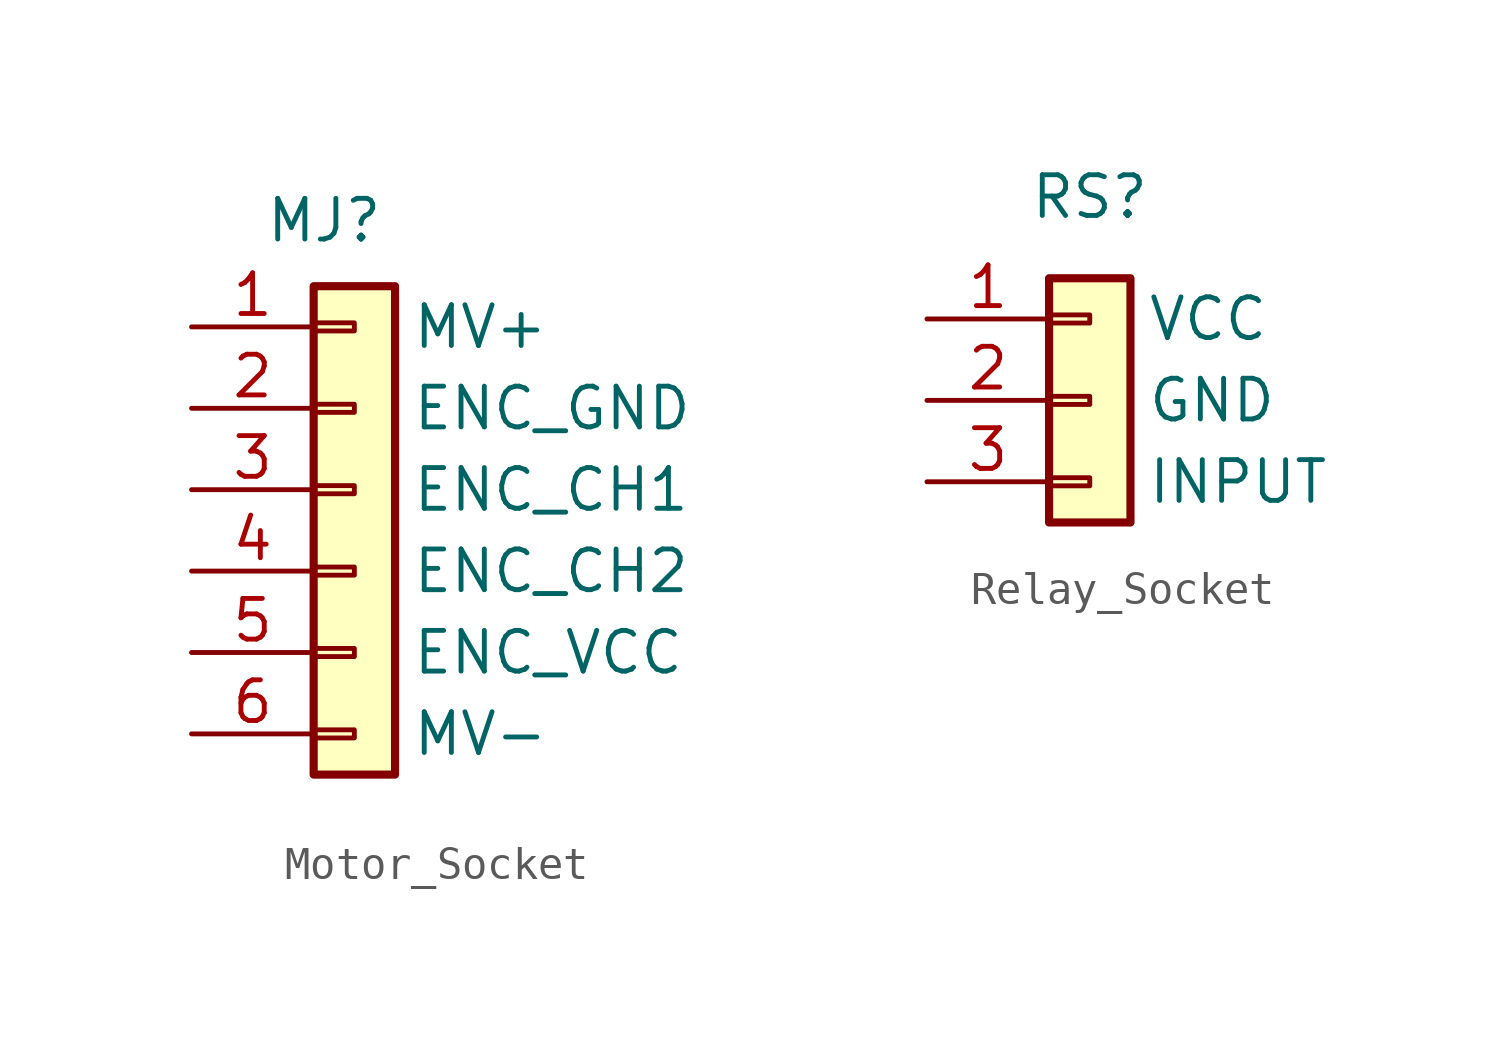
<source format=kicad_sym>
(kicad_symbol_lib
  (version 20241209)
  (generator "kicad_symbol_editor")
  (generator_version "9.0")
  (symbol "Motor_Socket"
    (pin_names
      (offset 3.048))
    (property "Reference" "MJ"
      (at -1.524 10.414 0)
      (do_not_autoplace)
      (effects (font (size 1.27 1.27)) (justify left top)))
    (property "Value" ""
      (at 0 0 0)
      (effects (font (size 1.27 1.27))))
    (symbol "Motor_Socket_1_1"
      (rectangle (start 0 7.62) (end 2.54 -7.62) (stroke (width 0.254) (type default)) (fill (type background)))
      (rectangle (start 0 6.477) (end 1.27 6.223) (stroke (width 0.152) (type default)) (fill (type none)))
      (rectangle (start 0 3.937) (end 1.27 3.683) (stroke (width 0.152) (type default)) (fill (type none)))
      (rectangle (start 0 1.397) (end 1.27 1.143) (stroke (width 0.152) (type default)) (fill (type none)))
      (rectangle (start 0 -1.143) (end 1.27 -1.397) (stroke (width 0.152) (type default)) (fill (type none)))
      (rectangle (start 0 -3.683) (end 1.27 -3.937) (stroke (width 0.152) (type default)) (fill (type none)))
      (rectangle (start 0 -6.223) (end 1.27 -6.477) (stroke (width 0.152) (type default)) (fill (type none)))
      (pin passive line (at -3.81 6.35 0) (length 3.81) (name "MV+" (effects (font (size 1.27 1.27)))) (number "1" (effects (font (size 1.27 1.27)))))
      (pin power_in line (at -3.81 3.81 0) (length 3.81) (name "ENC_GND" (effects (font (size 1.27 1.27)))) (number "2" (effects (font (size 1.27 1.27)))))
      (pin output line (at -3.81 1.27 0) (length 3.81) (name "ENC_CH1" (effects (font (size 1.27 1.27)))) (number "3" (effects (font (size 1.27 1.27)))))
      (pin output line (at -3.81 -1.27 0) (length 3.81) (name "ENC_CH2" (effects (font (size 1.27 1.27)))) (number "4" (effects (font (size 1.27 1.27)))))
      (pin power_in line (at -3.81 -3.81 0) (length 3.81) (name "ENC_VCC" (effects (font (size 1.27 1.27)))) (number "5" (effects (font (size 1.27 1.27)))))
      (pin passive line (at -3.81 -6.35 0) (length 3.81) (name "MV-" (effects (font (size 1.27 1.27)))) (number "6" (effects (font (size 1.27 1.27)))))))
  (symbol "Relay_Socket"
    (pin_names
      (offset 3.048))
    (property "Reference" "RS"
      (at 0 5.08 0)
      (do_not_autoplace)
      (effects (font (size 1.27 1.27))))
    (property "Value" ""
      (at 0 0 0)
      (effects (font (size 1.27 1.27))))
    (symbol "Relay_Socket_1_1"
      (rectangle (start -1.27 2.54) (end 1.27 -5.08) (stroke (width 0.254) (type default)) (fill (type background)))
      (rectangle (start -1.27 1.397) (end 0 1.143) (stroke (width 0.152) (type default)) (fill (type none)))
      (rectangle (start -1.27 -1.143) (end 0 -1.397) (stroke (width 0.152) (type default)) (fill (type none)))
      (rectangle (start -1.27 -3.683) (end 0 -3.937) (stroke (width 0.152) (type default)) (fill (type none)))
      (pin power_in line (at -5.08 1.27 0) (length 3.81) (name "VCC" (effects (font (size 1.27 1.27)))) (number "1" (effects (font (size 1.27 1.27)))))
      (pin power_in line (at -5.08 -1.27 0) (length 3.81) (name "GND" (effects (font (size 1.27 1.27)))) (number "2" (effects (font (size 1.27 1.27)))))
      (pin input line (at -5.08 -3.81 0) (length 3.81) (name "INPUT" (effects (font (size 1.27 1.27)))) (number "3" (effects (font (size 1.27 1.27))))))))
</source>
